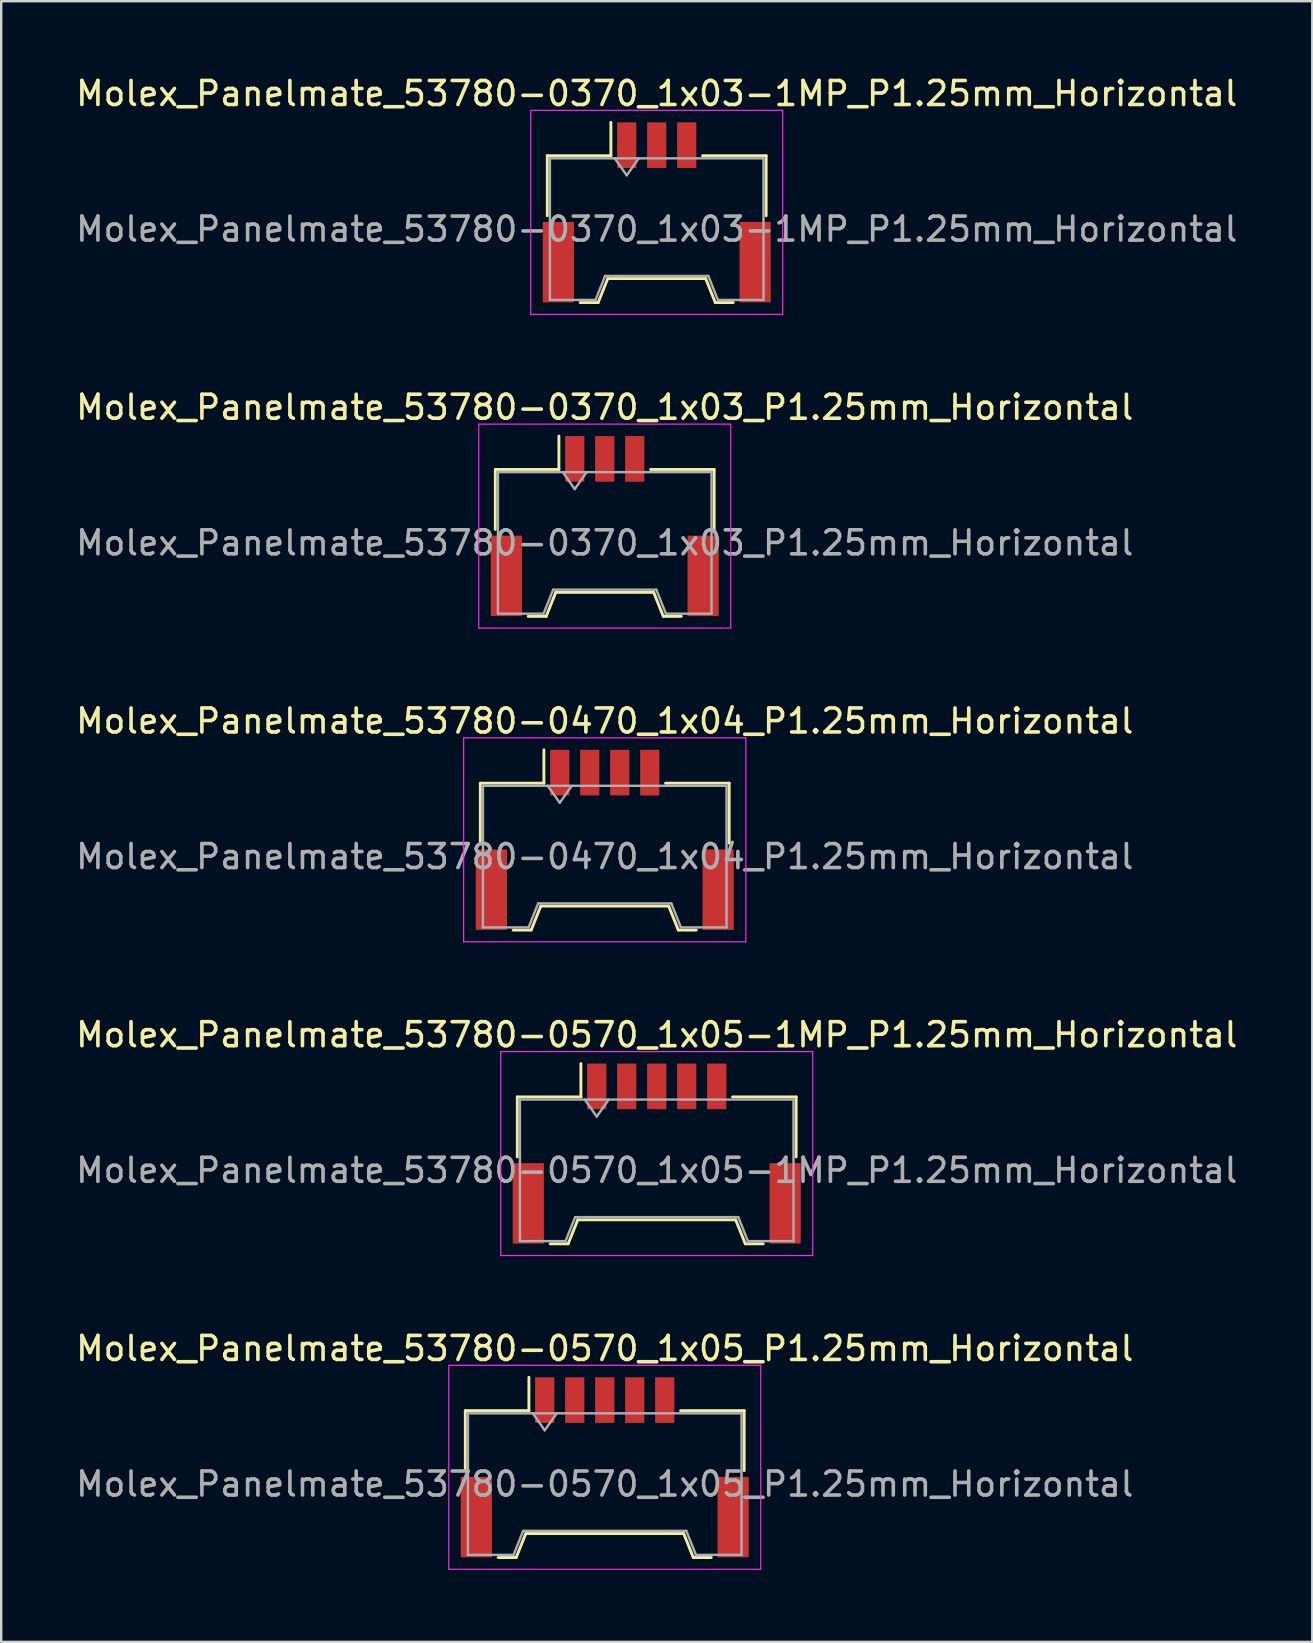
<source format=kicad_pcb>
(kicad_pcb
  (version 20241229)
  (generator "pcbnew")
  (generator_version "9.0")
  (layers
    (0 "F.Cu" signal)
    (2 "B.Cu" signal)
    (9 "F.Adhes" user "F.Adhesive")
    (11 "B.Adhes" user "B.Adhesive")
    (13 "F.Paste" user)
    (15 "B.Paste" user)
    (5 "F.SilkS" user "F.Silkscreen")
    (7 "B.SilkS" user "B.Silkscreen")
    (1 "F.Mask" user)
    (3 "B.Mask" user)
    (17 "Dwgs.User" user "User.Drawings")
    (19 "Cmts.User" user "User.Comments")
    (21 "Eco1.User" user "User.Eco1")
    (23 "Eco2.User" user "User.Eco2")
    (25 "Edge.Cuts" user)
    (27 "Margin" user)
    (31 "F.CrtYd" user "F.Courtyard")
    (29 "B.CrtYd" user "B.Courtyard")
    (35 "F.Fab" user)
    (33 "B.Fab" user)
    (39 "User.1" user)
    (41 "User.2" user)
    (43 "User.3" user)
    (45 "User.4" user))
  (footprint "Molex_Panelmate_53780-0370_1x03-1MP_P1.25mm_Horizontal"
    (layer "F.Cu")
    (at 24.315 5.798)
    (property "Reference" "Molex_Panelmate_53780-0370_1x03-1MP_P1.25mm_Horizontal" (at 0 -4.95 0) (layer "F.SilkS") (effects (font (size 1 1) (thickness 0.15))))
    (attr smd)
    (fp_line (start -4.56 -2.36) (end -1.91 -2.36) (stroke (width 0.12) (type solid)) (layer "F.SilkS"))
    (fp_line (start -4.56 0.14) (end -4.56 -2.36) (stroke (width 0.12) (type solid)) (layer "F.SilkS"))
    (fp_line (start -3.19 3.76) (end -2.44 3.76) (stroke (width 0.12) (type solid)) (layer "F.SilkS"))
    (fp_line (start -2.44 3.76) (end -2.04 2.76) (stroke (width 0.12) (type solid)) (layer "F.SilkS"))
    (fp_line (start -2.04 2.76) (end 2.04 2.76) (stroke (width 0.12) (type solid)) (layer "F.SilkS"))
    (fp_line (start -1.91 -2.36) (end -1.91 -3.75) (stroke (width 0.12) (type solid)) (layer "F.SilkS"))
    (fp_line (start 2.04 2.76) (end 2.44 3.76) (stroke (width 0.12) (type solid)) (layer "F.SilkS"))
    (fp_line (start 2.44 3.76) (end 3.19 3.76) (stroke (width 0.12) (type solid)) (layer "F.SilkS"))
    (fp_line (start 4.56 -2.36) (end 1.91 -2.36) (stroke (width 0.12) (type solid)) (layer "F.SilkS"))
    (fp_line (start 4.56 0.14) (end 4.56 -2.36) (stroke (width 0.12) (type solid)) (layer "F.SilkS"))
    (fp_line (start -5.25 -4.25) (end -5.25 4.25) (stroke (width 0.05) (type solid)) (layer "F.CrtYd"))
    (fp_line (start -5.25 4.25) (end 5.25 4.25) (stroke (width 0.05) (type solid)) (layer "F.CrtYd"))
    (fp_line (start 5.25 -4.25) (end -5.25 -4.25) (stroke (width 0.05) (type solid)) (layer "F.CrtYd"))
    (fp_line (start 5.25 4.25) (end 5.25 -4.25) (stroke (width 0.05) (type solid)) (layer "F.CrtYd"))
    (fp_line (start -4.45 -2.25) (end -4.45 3.65) (stroke (width 0.1) (type solid)) (layer "F.Fab"))
    (fp_line (start -4.45 -2.25) (end 4.45 -2.25) (stroke (width 0.1) (type solid)) (layer "F.Fab"))
    (fp_line (start -4.45 3.65) (end -2.55 3.65) (stroke (width 0.1) (type solid)) (layer "F.Fab"))
    (fp_line (start -2.55 3.65) (end -2.15 2.65) (stroke (width 0.1) (type solid)) (layer "F.Fab"))
    (fp_line (start -2.15 2.65) (end 2.15 2.65) (stroke (width 0.1) (type solid)) (layer "F.Fab"))
    (fp_line (start -1.75 -2.25) (end -1.25 -1.543) (stroke (width 0.1) (type solid)) (layer "F.Fab"))
    (fp_line (start -1.25 -1.543) (end -0.75 -2.25) (stroke (width 0.1) (type solid)) (layer "F.Fab"))
    (fp_line (start 2.15 2.65) (end 2.55 3.65) (stroke (width 0.1) (type solid)) (layer "F.Fab"))
    (fp_line (start 2.55 3.65) (end 4.45 3.65) (stroke (width 0.1) (type solid)) (layer "F.Fab"))
    (fp_line (start 4.45 -2.25) (end 4.45 3.65) (stroke (width 0.1) (type solid)) (layer "F.Fab"))
    (fp_text user "${REFERENCE}" (at 0 0.7 0) (layer "F.Fab") (effects (font (size 1 1) (thickness 0.15))))
    (pad "1" smd rect (at -1.25 -2.8) (size 0.8 1.9) (layers "F.Cu" "F.Mask" "F.Paste"))
    (pad "2" smd rect (at 0 -2.8) (size 0.8 1.9) (layers "F.Cu" "F.Mask" "F.Paste"))
    (pad "3" smd rect (at 1.25 -2.8) (size 0.8 1.9) (layers "F.Cu" "F.Mask" "F.Paste"))
    (pad "MP" smd rect (at -4.1 2.075) (size 1.3 3.35) (layers "F.Cu" "F.Mask" "F.Paste"))
    (pad "MP" smd rect (at 4.1 2.075) (size 1.3 3.35) (layers "F.Cu" "F.Mask" "F.Paste")))
  (footprint "Molex_Panelmate_53780-0570_1x05-1MP_P1.25mm_Horizontal"
    (layer "F.Cu")
    (at 24.315 45.018)
    (property "Reference" "Molex_Panelmate_53780-0570_1x05-1MP_P1.25mm_Horizontal" (at 0 -4.95 0) (layer "F.SilkS") (effects (font (size 1 1) (thickness 0.15))))
    (attr smd)
    (fp_line (start -5.81 -2.36) (end -3.16 -2.36) (stroke (width 0.12) (type solid)) (layer "F.SilkS"))
    (fp_line (start -5.81 0.14) (end -5.81 -2.36) (stroke (width 0.12) (type solid)) (layer "F.SilkS"))
    (fp_line (start -4.44 3.76) (end -3.69 3.76) (stroke (width 0.12) (type solid)) (layer "F.SilkS"))
    (fp_line (start -3.69 3.76) (end -3.29 2.76) (stroke (width 0.12) (type solid)) (layer "F.SilkS"))
    (fp_line (start -3.29 2.76) (end 3.29 2.76) (stroke (width 0.12) (type solid)) (layer "F.SilkS"))
    (fp_line (start -3.16 -2.36) (end -3.16 -3.75) (stroke (width 0.12) (type solid)) (layer "F.SilkS"))
    (fp_line (start 3.29 2.76) (end 3.69 3.76) (stroke (width 0.12) (type solid)) (layer "F.SilkS"))
    (fp_line (start 3.69 3.76) (end 4.44 3.76) (stroke (width 0.12) (type solid)) (layer "F.SilkS"))
    (fp_line (start 5.81 -2.36) (end 3.16 -2.36) (stroke (width 0.12) (type solid)) (layer "F.SilkS"))
    (fp_line (start 5.81 0.14) (end 5.81 -2.36) (stroke (width 0.12) (type solid)) (layer "F.SilkS"))
    (fp_line (start -6.5 -4.25) (end -6.5 4.25) (stroke (width 0.05) (type solid)) (layer "F.CrtYd"))
    (fp_line (start -6.5 4.25) (end 6.5 4.25) (stroke (width 0.05) (type solid)) (layer "F.CrtYd"))
    (fp_line (start 6.5 -4.25) (end -6.5 -4.25) (stroke (width 0.05) (type solid)) (layer "F.CrtYd"))
    (fp_line (start 6.5 4.25) (end 6.5 -4.25) (stroke (width 0.05) (type solid)) (layer "F.CrtYd"))
    (fp_line (start -5.7 -2.25) (end -5.7 3.65) (stroke (width 0.1) (type solid)) (layer "F.Fab"))
    (fp_line (start -5.7 -2.25) (end 5.7 -2.25) (stroke (width 0.1) (type solid)) (layer "F.Fab"))
    (fp_line (start -5.7 3.65) (end -3.8 3.65) (stroke (width 0.1) (type solid)) (layer "F.Fab"))
    (fp_line (start -3.8 3.65) (end -3.4 2.65) (stroke (width 0.1) (type solid)) (layer "F.Fab"))
    (fp_line (start -3.4 2.65) (end 3.4 2.65) (stroke (width 0.1) (type solid)) (layer "F.Fab"))
    (fp_line (start -3 -2.25) (end -2.5 -1.543) (stroke (width 0.1) (type solid)) (layer "F.Fab"))
    (fp_line (start -2.5 -1.543) (end -2 -2.25) (stroke (width 0.1) (type solid)) (layer "F.Fab"))
    (fp_line (start 3.4 2.65) (end 3.8 3.65) (stroke (width 0.1) (type solid)) (layer "F.Fab"))
    (fp_line (start 3.8 3.65) (end 5.7 3.65) (stroke (width 0.1) (type solid)) (layer "F.Fab"))
    (fp_line (start 5.7 -2.25) (end 5.7 3.65) (stroke (width 0.1) (type solid)) (layer "F.Fab"))
    (fp_text user "${REFERENCE}" (at 0 0.7 0) (layer "F.Fab") (effects (font (size 1 1) (thickness 0.15))))
    (pad "1" smd rect (at -2.5 -2.8) (size 0.8 1.9) (layers "F.Cu" "F.Mask" "F.Paste"))
    (pad "2" smd rect (at -1.25 -2.8) (size 0.8 1.9) (layers "F.Cu" "F.Mask" "F.Paste"))
    (pad "3" smd rect (at 0 -2.8) (size 0.8 1.9) (layers "F.Cu" "F.Mask" "F.Paste"))
    (pad "4" smd rect (at 1.25 -2.8) (size 0.8 1.9) (layers "F.Cu" "F.Mask" "F.Paste"))
    (pad "5" smd rect (at 2.5 -2.8) (size 0.8 1.9) (layers "F.Cu" "F.Mask" "F.Paste"))
    (pad "MP" smd rect (at -5.35 2.075) (size 1.3 3.35) (layers "F.Cu" "F.Mask" "F.Paste"))
    (pad "MP" smd rect (at 5.35 2.075) (size 1.3 3.35) (layers "F.Cu" "F.Mask" "F.Paste")))
  (footprint "Molex_Panelmate_53780-0570_1x05_P1.25mm_Horizontal"
    (layer "F.Cu")
    (at 22.149 58.091)
    (property "Reference" "Molex_Panelmate_53780-0570_1x05_P1.25mm_Horizontal" (at 0 -4.95 0) (layer "F.SilkS") (effects (font (size 1 1) (thickness 0.15))))
    (attr smd)
    (fp_line (start -5.81 -2.36) (end -3.16 -2.36) (stroke (width 0.12) (type solid)) (layer "F.SilkS"))
    (fp_line (start -5.81 0.14) (end -5.81 -2.36) (stroke (width 0.12) (type solid)) (layer "F.SilkS"))
    (fp_line (start -4.44 3.76) (end -3.69 3.76) (stroke (width 0.12) (type solid)) (layer "F.SilkS"))
    (fp_line (start -3.69 3.76) (end -3.29 2.76) (stroke (width 0.12) (type solid)) (layer "F.SilkS"))
    (fp_line (start -3.29 2.76) (end 3.29 2.76) (stroke (width 0.12) (type solid)) (layer "F.SilkS"))
    (fp_line (start -3.16 -2.36) (end -3.16 -3.75) (stroke (width 0.12) (type solid)) (layer "F.SilkS"))
    (fp_line (start 3.29 2.76) (end 3.69 3.76) (stroke (width 0.12) (type solid)) (layer "F.SilkS"))
    (fp_line (start 3.69 3.76) (end 4.44 3.76) (stroke (width 0.12) (type solid)) (layer "F.SilkS"))
    (fp_line (start 5.81 -2.36) (end 3.16 -2.36) (stroke (width 0.12) (type solid)) (layer "F.SilkS"))
    (fp_line (start 5.81 0.14) (end 5.81 -2.36) (stroke (width 0.12) (type solid)) (layer "F.SilkS"))
    (fp_line (start -6.5 -4.25) (end -6.5 4.25) (stroke (width 0.05) (type solid)) (layer "F.CrtYd"))
    (fp_line (start -6.5 4.25) (end 6.5 4.25) (stroke (width 0.05) (type solid)) (layer "F.CrtYd"))
    (fp_line (start 6.5 -4.25) (end -6.5 -4.25) (stroke (width 0.05) (type solid)) (layer "F.CrtYd"))
    (fp_line (start 6.5 4.25) (end 6.5 -4.25) (stroke (width 0.05) (type solid)) (layer "F.CrtYd"))
    (fp_line (start -5.7 -2.25) (end -5.7 3.65) (stroke (width 0.1) (type solid)) (layer "F.Fab"))
    (fp_line (start -5.7 -2.25) (end 5.7 -2.25) (stroke (width 0.1) (type solid)) (layer "F.Fab"))
    (fp_line (start -5.7 3.65) (end -3.8 3.65) (stroke (width 0.1) (type solid)) (layer "F.Fab"))
    (fp_line (start -3.8 3.65) (end -3.4 2.65) (stroke (width 0.1) (type solid)) (layer "F.Fab"))
    (fp_line (start -3.4 2.65) (end 3.4 2.65) (stroke (width 0.1) (type solid)) (layer "F.Fab"))
    (fp_line (start -3 -2.25) (end -2.5 -1.543) (stroke (width 0.1) (type solid)) (layer "F.Fab"))
    (fp_line (start -2.5 -1.543) (end -2 -2.25) (stroke (width 0.1) (type solid)) (layer "F.Fab"))
    (fp_line (start 3.4 2.65) (end 3.8 3.65) (stroke (width 0.1) (type solid)) (layer "F.Fab"))
    (fp_line (start 3.8 3.65) (end 5.7 3.65) (stroke (width 0.1) (type solid)) (layer "F.Fab"))
    (fp_line (start 5.7 -2.25) (end 5.7 3.65) (stroke (width 0.1) (type solid)) (layer "F.Fab"))
    (fp_text user "${REFERENCE}" (at 0 0.7 0) (layer "F.Fab") (effects (font (size 1 1) (thickness 0.15))))
    (pad "" smd rect (at -5.35 2.075) (size 1.3 3.35) (layers "F.Cu" "F.Mask" "F.Paste"))
    (pad "" smd rect (at 5.35 2.075) (size 1.3 3.35) (layers "F.Cu" "F.Mask" "F.Paste"))
    (pad "1" smd rect (at -2.5 -2.8) (size 0.8 1.9) (layers "F.Cu" "F.Mask" "F.Paste"))
    (pad "2" smd rect (at -1.25 -2.8) (size 0.8 1.9) (layers "F.Cu" "F.Mask" "F.Paste"))
    (pad "3" smd rect (at 0 -2.8) (size 0.8 1.9) (layers "F.Cu" "F.Mask" "F.Paste"))
    (pad "4" smd rect (at 1.25 -2.8) (size 0.8 1.9) (layers "F.Cu" "F.Mask" "F.Paste"))
    (pad "5" smd rect (at 2.5 -2.8) (size 0.8 1.9) (layers "F.Cu" "F.Mask" "F.Paste")))
  (footprint "Molex_Panelmate_53780-0370_1x03_P1.25mm_Horizontal"
    (layer "F.Cu")
    (at 22.149 18.872)
    (property "Reference" "Molex_Panelmate_53780-0370_1x03_P1.25mm_Horizontal" (at 0 -4.95 0) (layer "F.SilkS") (effects (font (size 1 1) (thickness 0.15))))
    (attr smd)
    (fp_line (start -4.56 -2.36) (end -1.91 -2.36) (stroke (width 0.12) (type solid)) (layer "F.SilkS"))
    (fp_line (start -4.56 0.14) (end -4.56 -2.36) (stroke (width 0.12) (type solid)) (layer "F.SilkS"))
    (fp_line (start -3.19 3.76) (end -2.44 3.76) (stroke (width 0.12) (type solid)) (layer "F.SilkS"))
    (fp_line (start -2.44 3.76) (end -2.04 2.76) (stroke (width 0.12) (type solid)) (layer "F.SilkS"))
    (fp_line (start -2.04 2.76) (end 2.04 2.76) (stroke (width 0.12) (type solid)) (layer "F.SilkS"))
    (fp_line (start -1.91 -2.36) (end -1.91 -3.75) (stroke (width 0.12) (type solid)) (layer "F.SilkS"))
    (fp_line (start 2.04 2.76) (end 2.44 3.76) (stroke (width 0.12) (type solid)) (layer "F.SilkS"))
    (fp_line (start 2.44 3.76) (end 3.19 3.76) (stroke (width 0.12) (type solid)) (layer "F.SilkS"))
    (fp_line (start 4.56 -2.36) (end 1.91 -2.36) (stroke (width 0.12) (type solid)) (layer "F.SilkS"))
    (fp_line (start 4.56 0.14) (end 4.56 -2.36) (stroke (width 0.12) (type solid)) (layer "F.SilkS"))
    (fp_line (start -5.25 -4.25) (end -5.25 4.25) (stroke (width 0.05) (type solid)) (layer "F.CrtYd"))
    (fp_line (start -5.25 4.25) (end 5.25 4.25) (stroke (width 0.05) (type solid)) (layer "F.CrtYd"))
    (fp_line (start 5.25 -4.25) (end -5.25 -4.25) (stroke (width 0.05) (type solid)) (layer "F.CrtYd"))
    (fp_line (start 5.25 4.25) (end 5.25 -4.25) (stroke (width 0.05) (type solid)) (layer "F.CrtYd"))
    (fp_line (start -4.45 -2.25) (end -4.45 3.65) (stroke (width 0.1) (type solid)) (layer "F.Fab"))
    (fp_line (start -4.45 -2.25) (end 4.45 -2.25) (stroke (width 0.1) (type solid)) (layer "F.Fab"))
    (fp_line (start -4.45 3.65) (end -2.55 3.65) (stroke (width 0.1) (type solid)) (layer "F.Fab"))
    (fp_line (start -2.55 3.65) (end -2.15 2.65) (stroke (width 0.1) (type solid)) (layer "F.Fab"))
    (fp_line (start -2.15 2.65) (end 2.15 2.65) (stroke (width 0.1) (type solid)) (layer "F.Fab"))
    (fp_line (start -1.75 -2.25) (end -1.25 -1.543) (stroke (width 0.1) (type solid)) (layer "F.Fab"))
    (fp_line (start -1.25 -1.543) (end -0.75 -2.25) (stroke (width 0.1) (type solid)) (layer "F.Fab"))
    (fp_line (start 2.15 2.65) (end 2.55 3.65) (stroke (width 0.1) (type solid)) (layer "F.Fab"))
    (fp_line (start 2.55 3.65) (end 4.45 3.65) (stroke (width 0.1) (type solid)) (layer "F.Fab"))
    (fp_line (start 4.45 -2.25) (end 4.45 3.65) (stroke (width 0.1) (type solid)) (layer "F.Fab"))
    (fp_text user "${REFERENCE}" (at 0 0.7 0) (layer "F.Fab") (effects (font (size 1 1) (thickness 0.15))))
    (pad "" smd rect (at -4.1 2.075) (size 1.3 3.35) (layers "F.Cu" "F.Mask" "F.Paste"))
    (pad "" smd rect (at 4.1 2.075) (size 1.3 3.35) (layers "F.Cu" "F.Mask" "F.Paste"))
    (pad "1" smd rect (at -1.25 -2.8) (size 0.8 1.9) (layers "F.Cu" "F.Mask" "F.Paste"))
    (pad "2" smd rect (at 0 -2.8) (size 0.8 1.9) (layers "F.Cu" "F.Mask" "F.Paste"))
    (pad "3" smd rect (at 1.25 -2.8) (size 0.8 1.9) (layers "F.Cu" "F.Mask" "F.Paste")))
  (footprint "Molex_Panelmate_53780-0470_1x04_P1.25mm_Horizontal"
    (layer "F.Cu")
    (at 22.149 31.945)
    (property "Reference" "Molex_Panelmate_53780-0470_1x04_P1.25mm_Horizontal" (at 0 -4.95 0) (layer "F.SilkS") (effects (font (size 1 1) (thickness 0.15))))
    (attr smd)
    (fp_line (start -5.185 -2.36) (end -2.535 -2.36) (stroke (width 0.12) (type solid)) (layer "F.SilkS"))
    (fp_line (start -5.185 0.14) (end -5.185 -2.36) (stroke (width 0.12) (type solid)) (layer "F.SilkS"))
    (fp_line (start -3.815 3.76) (end -3.065 3.76) (stroke (width 0.12) (type solid)) (layer "F.SilkS"))
    (fp_line (start -3.065 3.76) (end -2.665 2.76) (stroke (width 0.12) (type solid)) (layer "F.SilkS"))
    (fp_line (start -2.665 2.76) (end 2.665 2.76) (stroke (width 0.12) (type solid)) (layer "F.SilkS"))
    (fp_line (start -2.535 -2.36) (end -2.535 -3.75) (stroke (width 0.12) (type solid)) (layer "F.SilkS"))
    (fp_line (start 2.665 2.76) (end 3.065 3.76) (stroke (width 0.12) (type solid)) (layer "F.SilkS"))
    (fp_line (start 3.065 3.76) (end 3.815 3.76) (stroke (width 0.12) (type solid)) (layer "F.SilkS"))
    (fp_line (start 5.185 -2.36) (end 2.535 -2.36) (stroke (width 0.12) (type solid)) (layer "F.SilkS"))
    (fp_line (start 5.185 0.14) (end 5.185 -2.36) (stroke (width 0.12) (type solid)) (layer "F.SilkS"))
    (fp_line (start -5.88 -4.25) (end -5.88 4.25) (stroke (width 0.05) (type solid)) (layer "F.CrtYd"))
    (fp_line (start -5.88 4.25) (end 5.88 4.25) (stroke (width 0.05) (type solid)) (layer "F.CrtYd"))
    (fp_line (start 5.88 -4.25) (end -5.88 -4.25) (stroke (width 0.05) (type solid)) (layer "F.CrtYd"))
    (fp_line (start 5.88 4.25) (end 5.88 -4.25) (stroke (width 0.05) (type solid)) (layer "F.CrtYd"))
    (fp_line (start -5.075 -2.25) (end -5.075 3.65) (stroke (width 0.1) (type solid)) (layer "F.Fab"))
    (fp_line (start -5.075 -2.25) (end 5.075 -2.25) (stroke (width 0.1) (type solid)) (layer "F.Fab"))
    (fp_line (start -5.075 3.65) (end -3.175 3.65) (stroke (width 0.1) (type solid)) (layer "F.Fab"))
    (fp_line (start -3.175 3.65) (end -2.775 2.65) (stroke (width 0.1) (type solid)) (layer "F.Fab"))
    (fp_line (start -2.775 2.65) (end 2.775 2.65) (stroke (width 0.1) (type solid)) (layer "F.Fab"))
    (fp_line (start -2.375 -2.25) (end -1.875 -1.543) (stroke (width 0.1) (type solid)) (layer "F.Fab"))
    (fp_line (start -1.875 -1.543) (end -1.375 -2.25) (stroke (width 0.1) (type solid)) (layer "F.Fab"))
    (fp_line (start 2.775 2.65) (end 3.175 3.65) (stroke (width 0.1) (type solid)) (layer "F.Fab"))
    (fp_line (start 3.175 3.65) (end 5.075 3.65) (stroke (width 0.1) (type solid)) (layer "F.Fab"))
    (fp_line (start 5.075 -2.25) (end 5.075 3.65) (stroke (width 0.1) (type solid)) (layer "F.Fab"))
    (fp_text user "${REFERENCE}" (at 0 0.7 0) (layer "F.Fab") (effects (font (size 1 1) (thickness 0.15))))
    (pad "" smd rect (at -4.725 2.075) (size 1.3 3.35) (layers "F.Cu" "F.Mask" "F.Paste"))
    (pad "" smd rect (at 4.725 2.075) (size 1.3 3.35) (layers "F.Cu" "F.Mask" "F.Paste"))
    (pad "1" smd rect (at -1.875 -2.8) (size 0.8 1.9) (layers "F.Cu" "F.Mask" "F.Paste"))
    (pad "2" smd rect (at -0.625 -2.8) (size 0.8 1.9) (layers "F.Cu" "F.Mask" "F.Paste"))
    (pad "3" smd rect (at 0.625 -2.8) (size 0.8 1.9) (layers "F.Cu" "F.Mask" "F.Paste"))
    (pad "4" smd rect (at 1.875 -2.8) (size 0.8 1.9) (layers "F.Cu" "F.Mask" "F.Paste")))
  (gr_rect
    (start -3 -3)
    (end 51.631 65.366)
    (stroke (width 0.1) (type default))
    (fill no)
    (layer "Edge.Cuts")))
</source>
